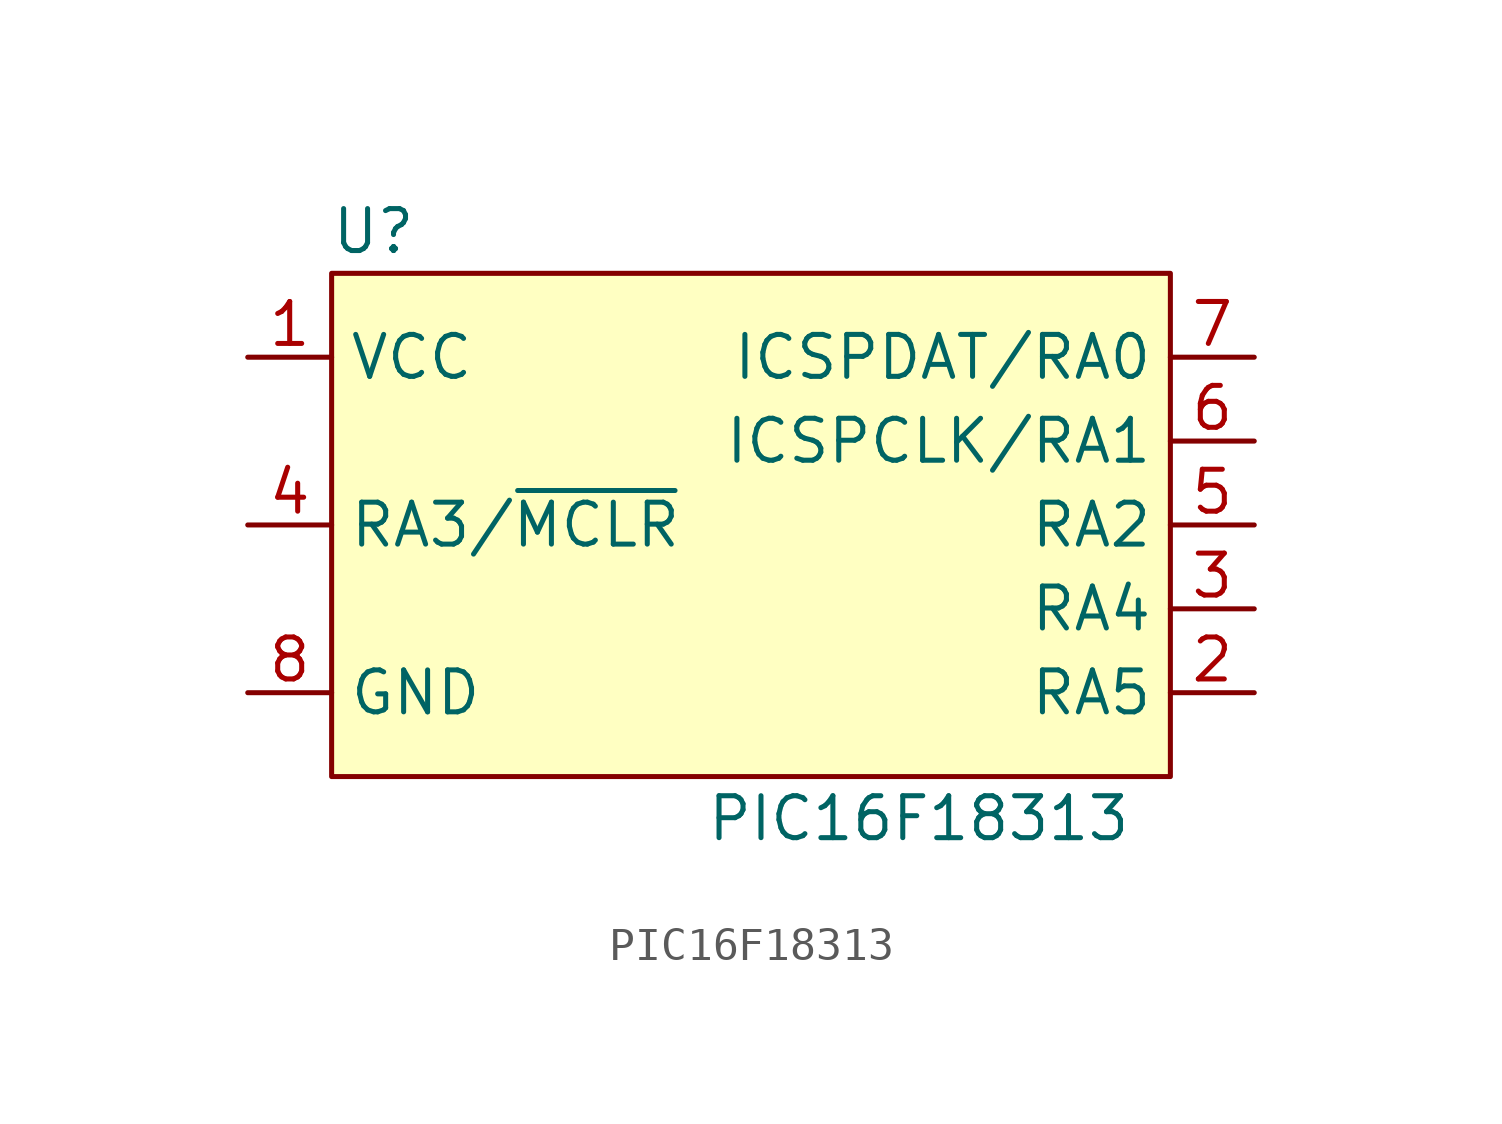
<source format=kicad_sym>
(kicad_symbol_lib
  (version 20220914)
  (generator kicad_symbol_editor)
  (symbol "PIC16F18313"
    (property "Reference" "U"
      (at -11.43 8.89 0)
      (effects (font (size 1.27 1.27))))
    (property "Value" "PIC16F18313"
      (at 5.08 -8.89 0)
      (effects (font (size 1.27 1.27))))
    (symbol "PIC16F18313_1_1"
      (rectangle (start -12.7 7.62) (end 12.7 -7.62) (stroke (width 0) (type default)) (fill (type background)))
      (pin power_in line (at -15.24 5.08 0) (length 2.54) (name "VCC" (effects (font (size 1.27 1.27)))) (number "1" (effects (font (size 1.27 1.27)))))
      (pin bidirectional line (at 15.24 -5.08 180) (length 2.54) (name "RA5" (effects (font (size 1.27 1.27)))) (number "2" (effects (font (size 1.27 1.27)))))
      (pin bidirectional line (at 15.24 -2.54 180) (length 2.54) (name "RA4" (effects (font (size 1.27 1.27)))) (number "3" (effects (font (size 1.27 1.27)))))
      (pin input line (at -15.24 0 0) (length 2.54) (name "RA3/~{MCLR}" (effects (font (size 1.27 1.27)))) (number "4" (effects (font (size 1.27 1.27)))))
      (pin bidirectional line (at 15.24 0 180) (length 2.54) (name "RA2" (effects (font (size 1.27 1.27)))) (number "5" (effects (font (size 1.27 1.27)))))
      (pin bidirectional line (at 15.24 2.54 180) (length 2.54) (name "ICSPCLK/RA1" (effects (font (size 1.27 1.27)))) (number "6" (effects (font (size 1.27 1.27)))))
      (pin bidirectional line (at 15.24 5.08 180) (length 2.54) (name "ICSPDAT/RA0" (effects (font (size 1.27 1.27)))) (number "7" (effects (font (size 1.27 1.27)))))
      (pin power_in line (at -15.24 -5.08 0) (length 2.54) (name "GND" (effects (font (size 1.27 1.27)))) (number "8" (effects (font (size 1.27 1.27))))))))
</source>
